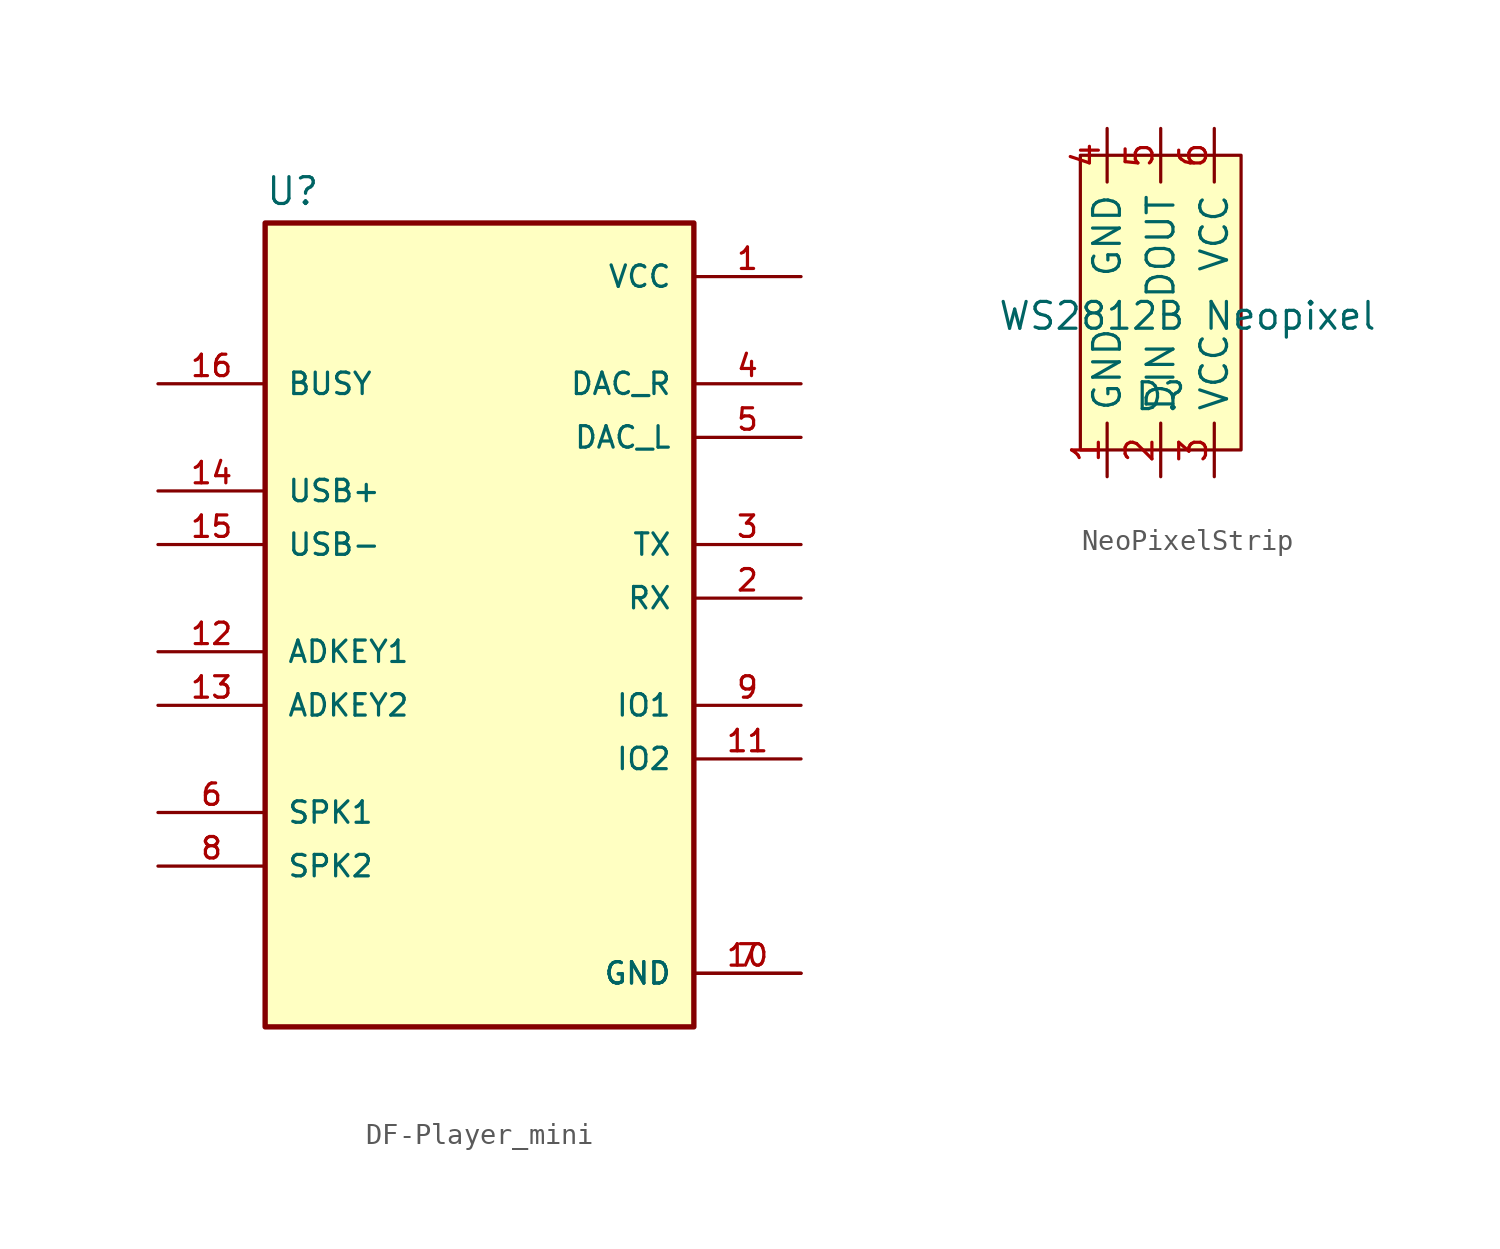
<source format=kicad_sym>
(kicad_symbol_lib
  (version 20220914)
  (generator kicad_symbol_editor)
  (symbol "DF-Player_mini"
    (pin_names
      (offset 1.016))
    (property "Reference" "U"
      (at -10.16 18.542 0)
      (effects (font (size 1.27 1.27)) (justify left bottom)))
    (symbol "DF-Player_mini_0_0"
      (rectangle (start -10.16 -20.32) (end 10.16 17.78) (stroke (width 0.254) (type default)) (fill (type background)))
      (pin power_in line (at 15.24 15.24 180) (length 5.08) (name "VCC" (effects (font (size 1.016 1.016)))) (number "1" (effects (font (size 1.016 1.016)))))
      (pin power_in line (at 15.24 -17.78 180) (length 5.08) (name "GND" (effects (font (size 1.016 1.016)))) (number "10" (effects (font (size 1.016 1.016)))))
      (pin bidirectional line (at 15.24 -7.62 180) (length 5.08) (name "IO2" (effects (font (size 1.016 1.016)))) (number "11" (effects (font (size 1.016 1.016)))))
      (pin input line (at -15.24 -2.54 0) (length 5.08) (name "ADKEY1" (effects (font (size 1.016 1.016)))) (number "12" (effects (font (size 1.016 1.016)))))
      (pin input line (at -15.24 -5.08 0) (length 5.08) (name "ADKEY2" (effects (font (size 1.016 1.016)))) (number "13" (effects (font (size 1.016 1.016)))))
      (pin input line (at -15.24 5.08 0) (length 5.08) (name "USB+" (effects (font (size 1.016 1.016)))) (number "14" (effects (font (size 1.016 1.016)))))
      (pin input line (at -15.24 2.54 0) (length 5.08) (name "USB-" (effects (font (size 1.016 1.016)))) (number "15" (effects (font (size 1.016 1.016)))))
      (pin input line (at -15.24 10.16 0) (length 5.08) (name "BUSY" (effects (font (size 1.016 1.016)))) (number "16" (effects (font (size 1.016 1.016)))))
      (pin input line (at 15.24 0 180) (length 5.08) (name "RX" (effects (font (size 1.016 1.016)))) (number "2" (effects (font (size 1.016 1.016)))))
      (pin output line (at 15.24 2.54 180) (length 5.08) (name "TX" (effects (font (size 1.016 1.016)))) (number "3" (effects (font (size 1.016 1.016)))))
      (pin output line (at 15.24 10.16 180) (length 5.08) (name "DAC_R" (effects (font (size 1.016 1.016)))) (number "4" (effects (font (size 1.016 1.016)))))
      (pin output line (at 15.24 7.62 180) (length 5.08) (name "DAC_L" (effects (font (size 1.016 1.016)))) (number "5" (effects (font (size 1.016 1.016)))))
      (pin passive line (at -15.24 -10.16 0) (length 5.08) (name "SPK1" (effects (font (size 1.016 1.016)))) (number "6" (effects (font (size 1.016 1.016)))))
      (pin power_in line (at 15.24 -17.78 180) (length 5.08) (name "GND" (effects (font (size 1.016 1.016)))) (number "7" (effects (font (size 1.016 1.016)))))
      (pin passive line (at -15.24 -12.7 0) (length 5.08) (name "SPK2" (effects (font (size 1.016 1.016)))) (number "8" (effects (font (size 1.016 1.016)))))
      (pin bidirectional line (at 15.24 -5.08 180) (length 5.08) (name "IO1" (effects (font (size 1.016 1.016)))) (number "9" (effects (font (size 1.016 1.016)))))))
  (symbol "NeoPixelStrip"
    (property "Reference" "D"
      (at 0 0 0)
      (effects (font (size 1.27 1.27))))
    (property "Value" "WS2812B Neopixel"
      (at 1.27 3.81 0)
      (effects (font (size 1.27 1.27))))
    (symbol "NeoPixelStrip_1_1"
      (rectangle (start -3.81 11.43) (end 3.81 -2.54) (stroke (width 0) (type default)) (fill (type background)))
      (pin power_in line (at -2.54 -3.81 90) (length 2.54) (name "GND" (effects (font (size 1.27 1.27)))) (number "1" (effects (font (size 1.27 1.27)))))
      (pin input line (at 0 -3.81 90) (length 2.54) (name "DIN" (effects (font (size 1.27 1.27)))) (number "2" (effects (font (size 1.27 1.27)))))
      (pin power_in line (at 2.54 -3.81 90) (length 2.54) (name "VCC" (effects (font (size 1.27 1.27)))) (number "3" (effects (font (size 1.27 1.27)))))
      (pin power_out line (at -2.54 12.7 270) (length 2.54) (name "GND" (effects (font (size 1.27 1.27)))) (number "4" (effects (font (size 1.27 1.27)))))
      (pin output line (at 0 12.7 270) (length 2.54) (name "DOUT" (effects (font (size 1.27 1.27)))) (number "5" (effects (font (size 1.27 1.27)))))
      (pin power_out line (at 2.54 12.7 270) (length 2.54) (name "VCC" (effects (font (size 1.27 1.27)))) (number "6" (effects (font (size 1.27 1.27))))))))
</source>
